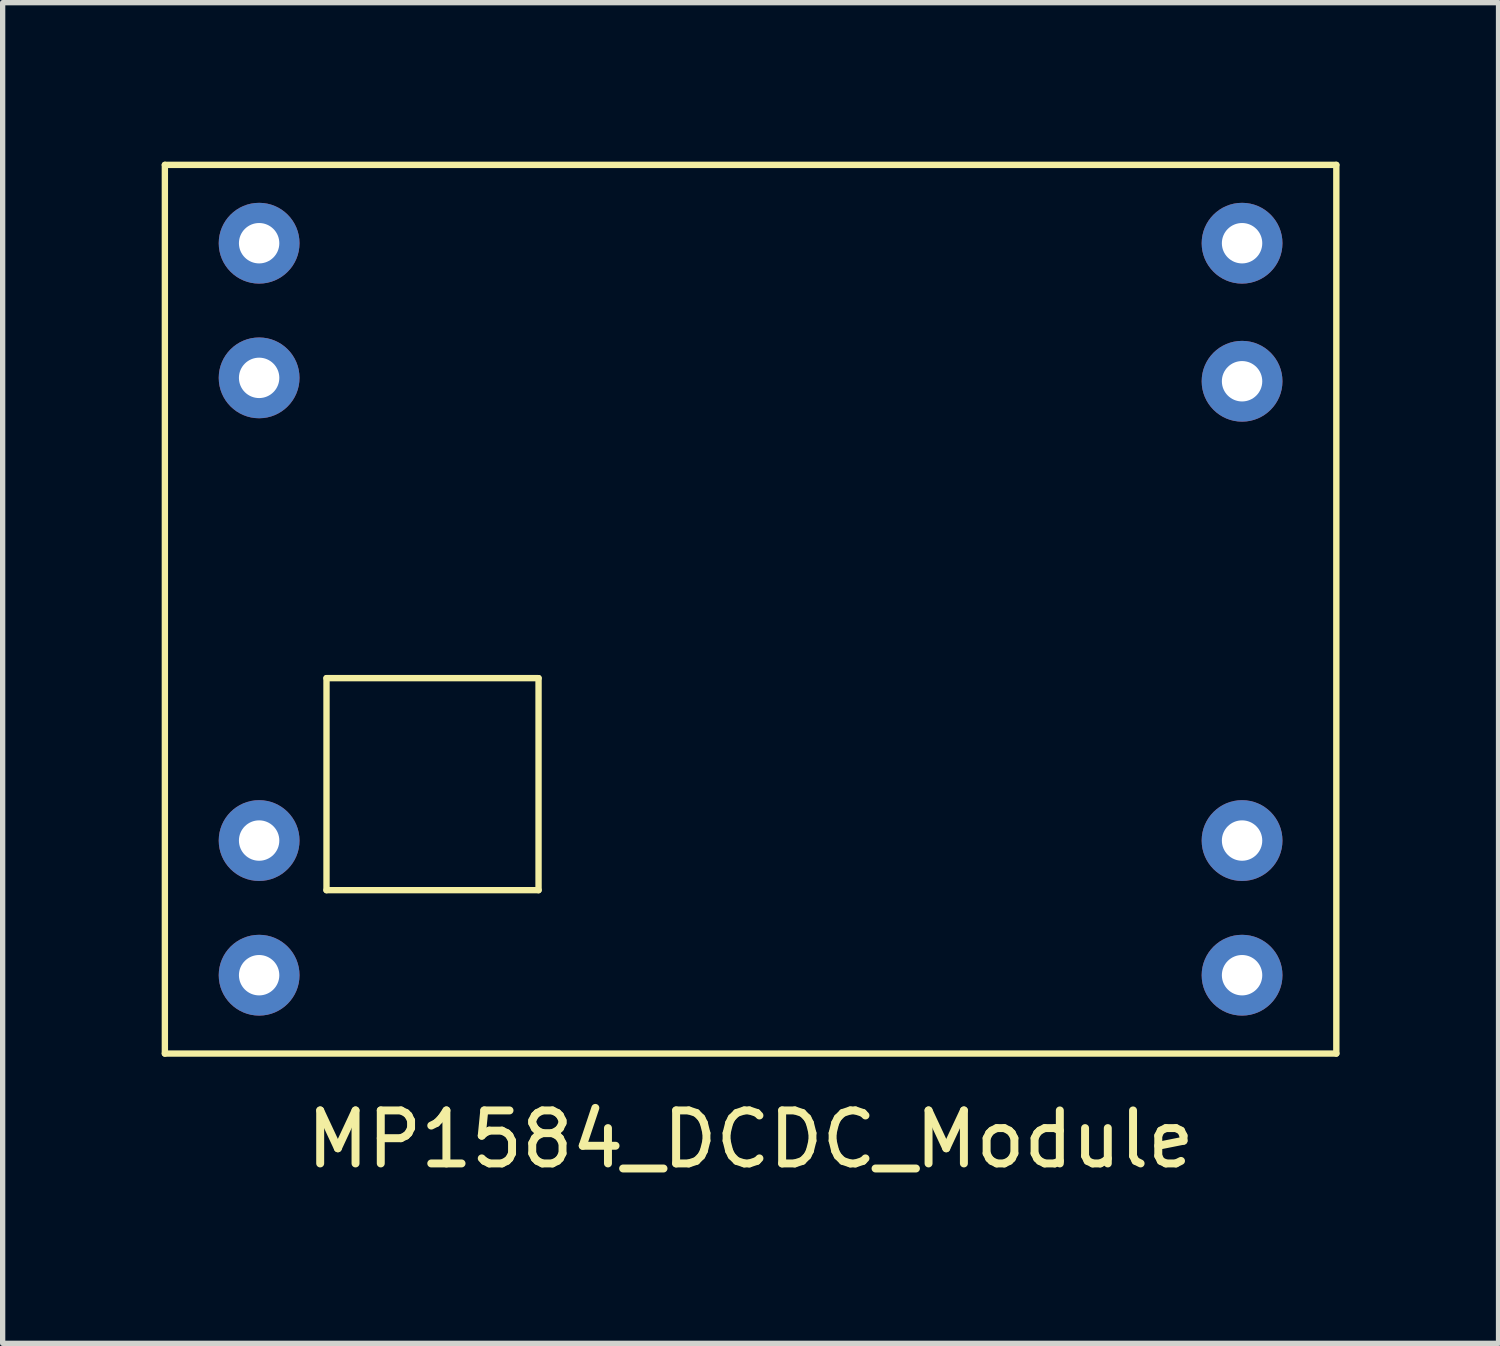
<source format=kicad_pcb>
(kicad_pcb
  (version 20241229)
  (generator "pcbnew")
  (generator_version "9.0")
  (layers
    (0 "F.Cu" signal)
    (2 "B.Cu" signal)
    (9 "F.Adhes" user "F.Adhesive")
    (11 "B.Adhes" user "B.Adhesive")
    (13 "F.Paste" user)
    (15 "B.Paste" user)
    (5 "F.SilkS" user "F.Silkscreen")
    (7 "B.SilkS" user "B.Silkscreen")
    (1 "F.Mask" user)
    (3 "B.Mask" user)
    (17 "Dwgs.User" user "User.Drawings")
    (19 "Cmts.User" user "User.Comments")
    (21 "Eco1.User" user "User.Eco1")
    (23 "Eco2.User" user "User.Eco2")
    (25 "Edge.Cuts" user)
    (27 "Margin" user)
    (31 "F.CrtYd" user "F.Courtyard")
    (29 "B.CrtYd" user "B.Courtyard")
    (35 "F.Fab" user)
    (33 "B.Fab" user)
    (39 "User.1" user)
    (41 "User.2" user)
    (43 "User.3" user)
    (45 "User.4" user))
  (footprint "MP1584_DCDC_Module"
    (layer "F.Cu")
    (at 11.109 8.442)
    (property "Reference" "MP1584_DCDC_Module" (at 0 10 0) (layer "F.SilkS") (effects (font (size 1 1) (thickness 0.15))))
    (attr through_hole)
    (fp_line (start -11.049 -8.382) (end 11.049 -8.382) (stroke (width 0.12) (type solid)) (layer "F.SilkS"))
    (fp_line (start -11.049 8.382) (end -11.049 -8.382) (stroke (width 0.12) (type solid)) (layer "F.SilkS"))
    (fp_line (start -8 1.3) (end -4 1.3) (stroke (width 0.12) (type solid)) (layer "F.SilkS"))
    (fp_line (start -8 5.3) (end -8 1.3) (stroke (width 0.12) (type solid)) (layer "F.SilkS"))
    (fp_line (start -4 1.3) (end -4 5.3) (stroke (width 0.12) (type solid)) (layer "F.SilkS"))
    (fp_line (start -4 5.3) (end -8 5.3) (stroke (width 0.12) (type solid)) (layer "F.SilkS"))
    (fp_line (start 11.049 -8.382) (end 11.049 8.382) (stroke (width 0.12) (type solid)) (layer "F.SilkS"))
    (fp_line (start 11.049 8.382) (end -11.049 8.382) (stroke (width 0.12) (type solid)) (layer "F.SilkS"))
    (pad "1" thru_hole circle (at 9.271 -6.904) (size 1.524 1.524) (drill 0.762) (layers "*.Cu" "*.Mask"))
    (pad "2" thru_hole circle (at 9.271 -4.3) (size 1.524 1.524) (drill 0.762) (layers "*.Cu" "*.Mask"))
    (pad "3" thru_hole circle (at 9.271 4.364) (size 1.524 1.524) (drill 0.762) (layers "*.Cu" "*.Mask"))
    (pad "4" thru_hole circle (at 9.271 6.904) (size 1.524 1.524) (drill 0.762) (layers "*.Cu" "*.Mask"))
    (pad "5" thru_hole circle (at -9.271 6.904) (size 1.524 1.524) (drill 0.762) (layers "*.Cu" "*.Mask"))
    (pad "6" thru_hole circle (at -9.271 4.364) (size 1.524 1.524) (drill 0.762) (layers "*.Cu" "*.Mask"))
    (pad "7" thru_hole circle (at -9.271 -4.364) (size 1.524 1.524) (drill 0.762) (layers "*.Cu" "*.Mask"))
    (pad "8" thru_hole circle (at -9.271 -6.904) (size 1.524 1.524) (drill 0.762) (layers "*.Cu" "*.Mask")))
  (gr_rect
    (start -3 -3)
    (end 25.218 22.29)
    (stroke (width 0.1) (type default))
    (fill no)
    (layer "Edge.Cuts")))
</source>
